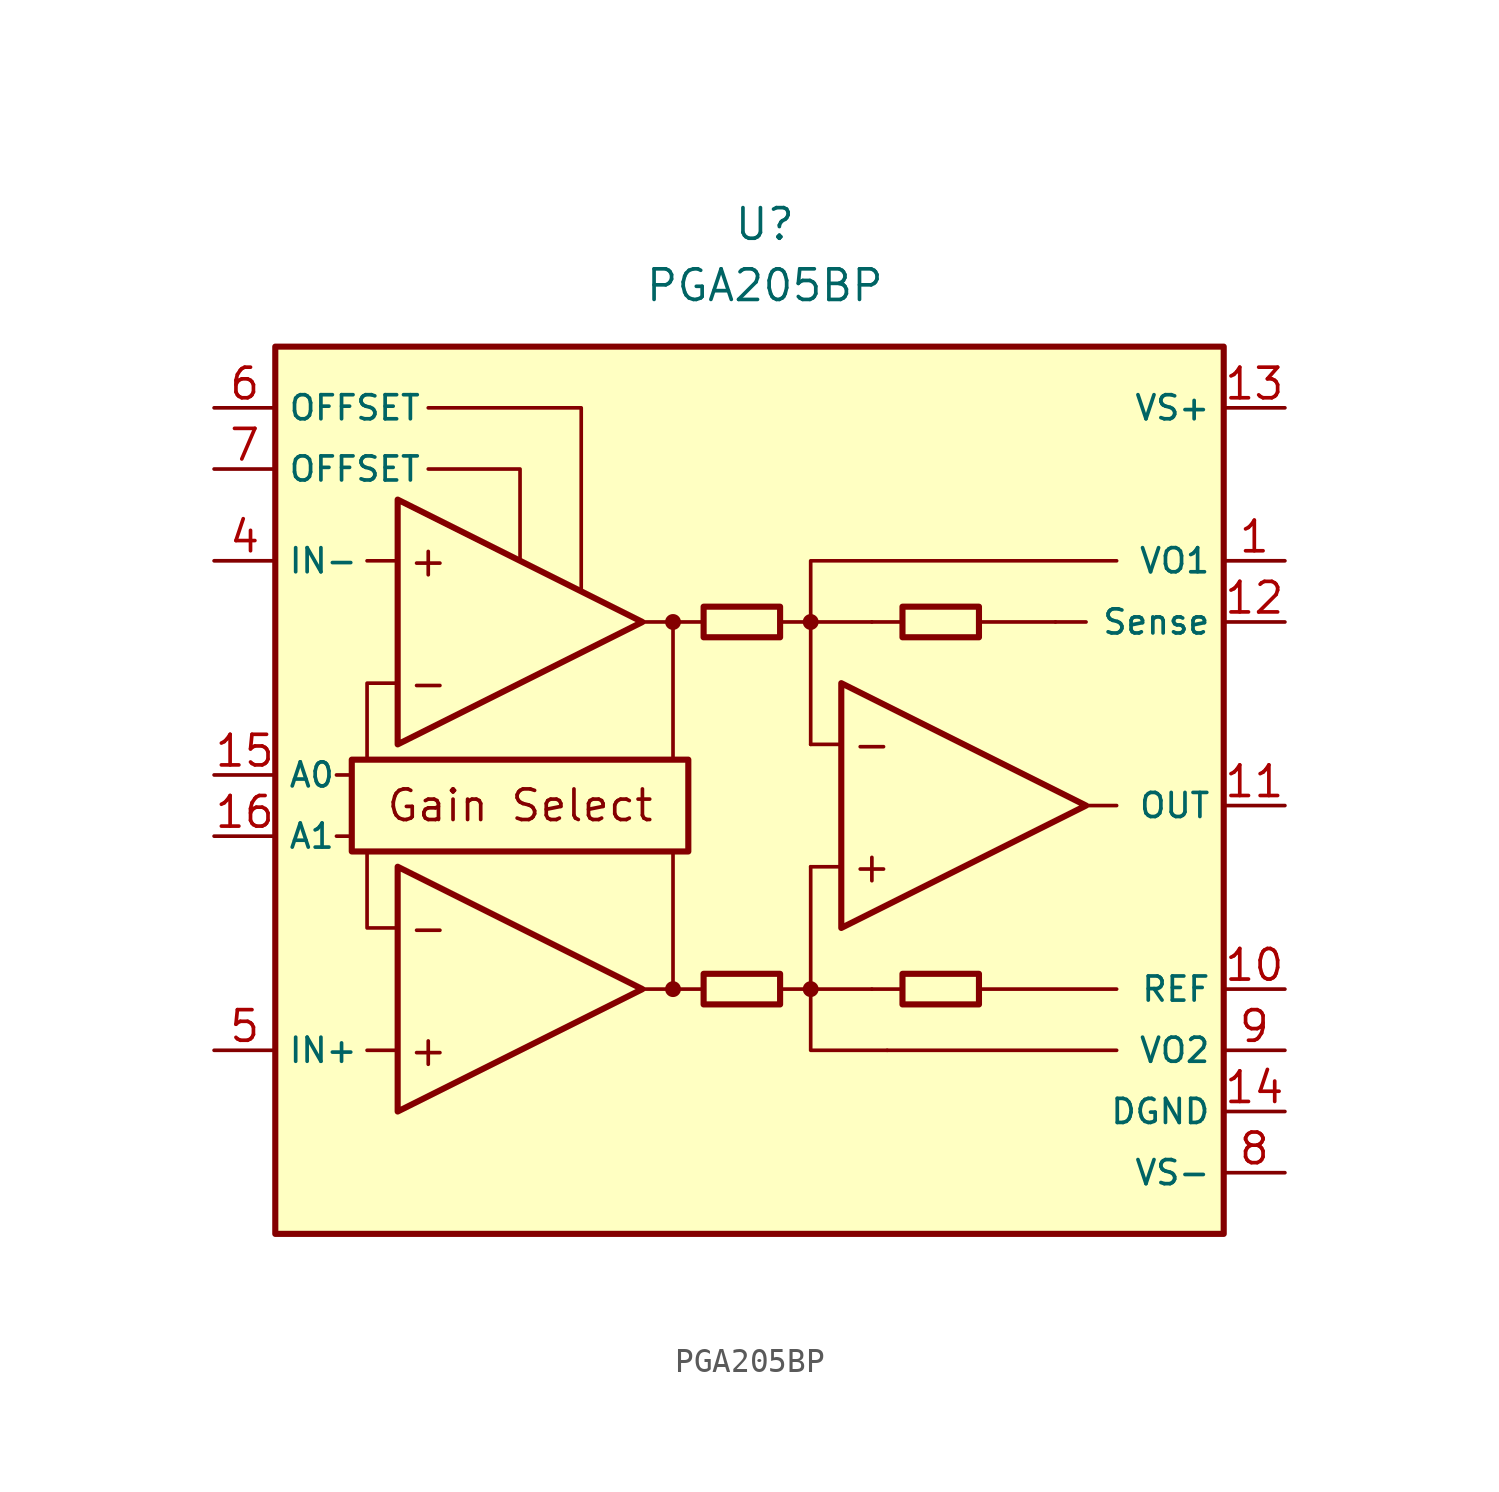
<source format=kicad_sym>
(kicad_symbol_lib
  (version 20211014)
  (generator kicad_symbol_editor)
  (symbol "PGA205BP"
    (property "Reference" "U"
      (at 0 22.86 0)
      (effects (font (size 1.27 1.27))))
    (property "Value" "PGA205BP"
      (at 0 20.32 0)
      (effects (font (size 1.27 1.27))))
    (symbol "PGA205BP_0_0"
      (rectangle (start -20.32 17.78) (end 19.05 -19.05) (stroke (width 0.254) (type default) (color 0 0 0 0)) (fill (type background)))
      (rectangle (start -17.145 0.635) (end -3.175 -3.175) (stroke (width 0.254) (type default) (color 0 0 0 0)) (fill (type none)))
      (circle (center -3.81 -8.89) (radius 0.254) (stroke (width 0.152) (type default) (color 0 0 0 0)) (fill (type outline)))
      (circle (center -3.81 6.35) (radius 0.254) (stroke (width 0.152) (type default) (color 0 0 0 0)) (fill (type outline)))
      (polyline (pts (xy -1.27 -8.89)) (stroke (width 0.152) (type default) (color 0 0 0 0)) (fill (type none)))
      (polyline (pts (xy -1.27 6.35)) (stroke (width 0.152) (type default) (color 0 0 0 0)) (fill (type none)))
      (polyline (pts (xy 5.715 6.35)) (stroke (width 0.152) (type default) (color 0 0 0 0)) (fill (type none)))
      (polyline (pts (xy -17.145 -2.54) (xy -17.78 -2.54)) (stroke (width 0.152) (type default) (color 0 0 0 0)) (fill (type none)))
      (polyline (pts (xy -17.145 0) (xy -17.78 0)) (stroke (width 0.152) (type default) (color 0 0 0 0)) (fill (type none)))
      (polyline (pts (xy -15.24 -11.43) (xy -16.51 -11.43)) (stroke (width 0.152) (type default) (color 0 0 0 0)) (fill (type none)))
      (polyline (pts (xy -15.24 8.89) (xy -16.51 8.89)) (stroke (width 0.152) (type default) (color 0 0 0 0)) (fill (type none)))
      (polyline (pts (xy -5.08 -8.89) (xy -2.54 -8.89)) (stroke (width 0.152) (type default) (color 0 0 0 0)) (fill (type none)))
      (polyline (pts (xy -5.08 6.35) (xy -2.54 6.35)) (stroke (width 0.152) (type default) (color 0 0 0 0)) (fill (type none)))
      (polyline (pts (xy -3.81 -8.89) (xy -3.81 -3.175)) (stroke (width 0.152) (type default) (color 0 0 0 0)) (fill (type none)))
      (polyline (pts (xy -3.81 0.635) (xy -3.81 6.35)) (stroke (width 0.152) (type default) (color 0 0 0 0)) (fill (type none)))
      (polyline (pts (xy 0.635 -8.89) (xy 1.905 -8.89)) (stroke (width 0.152) (type default) (color 0 0 0 0)) (fill (type none)))
      (polyline (pts (xy 0.635 6.35) (xy 1.905 6.35)) (stroke (width 0.152) (type default) (color 0 0 0 0)) (fill (type none)))
      (polyline (pts (xy 3.175 -3.81) (xy 1.905 -3.81)) (stroke (width 0.152) (type default) (color 0 0 0 0)) (fill (type none)))
      (polyline (pts (xy 3.175 1.27) (xy 1.905 1.27)) (stroke (width 0.152) (type default) (color 0 0 0 0)) (fill (type none)))
      (polyline (pts (xy 4.445 -8.89) (xy 1.905 -8.89)) (stroke (width 0.152) (type default) (color 0 0 0 0)) (fill (type none)))
      (polyline (pts (xy 4.445 -8.89) (xy 5.715 -8.89)) (stroke (width 0.152) (type default) (color 0 0 0 0)) (fill (type none)))
      (polyline (pts (xy 4.445 6.35) (xy 1.905 6.35)) (stroke (width 0.152) (type default) (color 0 0 0 0)) (fill (type none)))
      (polyline (pts (xy 4.445 6.35) (xy 5.715 6.35)) (stroke (width 0.152) (type default) (color 0 0 0 0)) (fill (type none)))
      (polyline (pts (xy 8.89 -8.89) (xy 14.605 -8.89)) (stroke (width 0.152) (type default) (color 0 0 0 0)) (fill (type none)))
      (polyline (pts (xy 8.89 6.35) (xy 12.065 6.35)) (stroke (width 0.152) (type default) (color 0 0 0 0)) (fill (type none)))
      (polyline (pts (xy 12.065 6.35) (xy 13.335 6.35)) (stroke (width 0.152) (type default) (color 0 0 0 0)) (fill (type none)))
      (polyline (pts (xy 13.335 -1.27) (xy 14.605 -1.27)) (stroke (width 0.152) (type default) (color 0 0 0 0)) (fill (type none)))
      (polyline (pts (xy 14.605 -11.43) (xy 5.08 -11.43)) (stroke (width 0.152) (type default) (color 0 0 0 0)) (fill (type none)))
      (polyline (pts (xy -16.51 -3.175) (xy -16.51 -6.35) (xy -15.24 -6.35)) (stroke (width 0.152) (type default) (color 0 0 0 0)) (fill (type none)))
      (polyline (pts (xy -15.24 3.81) (xy -16.51 3.81) (xy -16.51 0.635)) (stroke (width 0.152) (type default) (color 0 0 0 0)) (fill (type none)))
      (polyline (pts (xy -13.97 12.7) (xy -10.16 12.7) (xy -10.16 8.89)) (stroke (width 0.152) (type default) (color 0 0 0 0)) (fill (type none)))
      (polyline (pts (xy -7.62 7.62) (xy -7.62 15.24) (xy -13.97 15.24)) (stroke (width 0.152) (type default) (color 0 0 0 0)) (fill (type none)))
      (polyline (pts (xy 1.905 -3.81) (xy 1.905 -11.43) (xy 5.08 -11.43)) (stroke (width 0.152) (type default) (color 0 0 0 0)) (fill (type none)))
      (polyline (pts (xy 14.605 8.89) (xy 1.905 8.89) (xy 1.905 1.27)) (stroke (width 0.152) (type default) (color 0 0 0 0)) (fill (type none)))
      (circle (center 1.905 -8.89) (radius 0.254) (stroke (width 0.152) (type default) (color 0 0 0 0)) (fill (type outline)))
      (circle (center 1.905 6.35) (radius 0.254) (stroke (width 0.152) (type default) (color 0 0 0 0)) (fill (type outline)))
      (text "+" (at -13.97 -11.43 0) (effects (font (size 1.27 1.27))))
      (text "+" (at -13.97 8.89 0) (effects (font (size 1.27 1.27))))
      (text "+" (at 4.445 -3.81 0) (effects (font (size 1.27 1.27))))
      (text "-" (at -13.97 -6.35 0) (effects (font (size 1.27 1.27))))
      (text "-" (at -13.97 3.81 0) (effects (font (size 1.27 1.27))))
      (text "-" (at 4.445 1.27 0) (effects (font (size 1.27 1.27))))
      (text "Gain Select" (at -10.16 -1.27 0) (effects (font (size 1.27 1.27)))))
    (symbol "PGA205BP_0_1"
      (rectangle (start -2.54 -8.255) (end 0.635 -9.525) (stroke (width 0.254) (type default) (color 0 0 0 0)) (fill (type none)))
      (rectangle (start -2.54 6.985) (end 0.635 5.715) (stroke (width 0.254) (type default) (color 0 0 0 0)) (fill (type none)))
      (polyline (pts (xy -15.24 -3.81) (xy -15.24 -13.97) (xy -5.08 -8.89) (xy -15.24 -3.81)) (stroke (width 0.254) (type default) (color 0 0 0 0)) (fill (type background)))
      (polyline (pts (xy -15.24 11.43) (xy -15.24 1.27) (xy -5.08 6.35) (xy -15.24 11.43)) (stroke (width 0.254) (type default) (color 0 0 0 0)) (fill (type background)))
      (polyline (pts (xy 3.175 3.81) (xy 3.175 -6.35) (xy 13.335 -1.27) (xy 3.175 3.81)) (stroke (width 0.254) (type default) (color 0 0 0 0)) (fill (type background)))
      (rectangle (start 5.715 -8.255) (end 8.89 -9.525) (stroke (width 0.254) (type default) (color 0 0 0 0)) (fill (type none)))
      (rectangle (start 5.715 6.985) (end 8.89 5.715) (stroke (width 0.254) (type default) (color 0 0 0 0)) (fill (type none))))
    (symbol "PGA205BP_1_1"
      (pin passive line (at 21.59 8.89 180) (length 2.54) (name "VO1" (effects (font (size 1 1)))) (number "1" (effects (font (size 1.27 1.27)))))
      (pin passive line (at 21.59 -8.89 180) (length 2.54) (name "REF" (effects (font (size 1 1)))) (number "10" (effects (font (size 1.27 1.27)))))
      (pin output line (at 21.59 -1.27 180) (length 2.54) (name "OUT" (effects (font (size 1 1)))) (number "11" (effects (font (size 1.27 1.27)))))
      (pin passive line (at 21.59 6.35 180) (length 2.54) (name "Sense" (effects (font (size 1 1)))) (number "12" (effects (font (size 1.27 1.27)))))
      (pin power_in line (at 21.59 15.24 180) (length 2.54) (name "VS+" (effects (font (size 1 1)))) (number "13" (effects (font (size 1.27 1.27)))))
      (pin power_in line (at 21.59 -13.97 180) (length 2.54) (name "DGND" (effects (font (size 1 1)))) (number "14" (effects (font (size 1.27 1.27)))))
      (pin input line (at -22.86 0 0) (length 2.54) (name "A0" (effects (font (size 1 1)))) (number "15" (effects (font (size 1.27 1.27)))))
      (pin input line (at -22.86 -2.54 0) (length 2.54) (name "A1" (effects (font (size 1 1)))) (number "16" (effects (font (size 1.27 1.27)))))
      (pin no_connect line (at -1.27 -12.7 0) (length 2.54) hide (name "NC" (effects (font (size 1.27 1.27)))) (number "2" (effects (font (size 1.27 1.27)))))
      (pin no_connect line (at -1.27 -15.24 0) (length 2.54) hide (name "NC" (effects (font (size 1.27 1.27)))) (number "3" (effects (font (size 1.27 1.27)))))
      (pin input line (at -22.86 8.89 0) (length 2.54) (name "IN-" (effects (font (size 1 1)))) (number "4" (effects (font (size 1.27 1.27)))))
      (pin input line (at -22.86 -11.43 0) (length 2.54) (name "IN+" (effects (font (size 1 1)))) (number "5" (effects (font (size 1.27 1.27)))))
      (pin passive line (at -22.86 15.24 0) (length 2.54) (name "OFFSET" (effects (font (size 1 1)))) (number "6" (effects (font (size 1.27 1.27)))))
      (pin passive line (at -22.86 12.7 0) (length 2.54) (name "OFFSET" (effects (font (size 1 1)))) (number "7" (effects (font (size 1.27 1.27)))))
      (pin power_in line (at 21.59 -16.51 180) (length 2.54) (name "VS-" (effects (font (size 1 1)))) (number "8" (effects (font (size 1.27 1.27)))))
      (pin passive line (at 21.59 -11.43 180) (length 2.54) (name "VO2" (effects (font (size 1 1)))) (number "9" (effects (font (size 1.27 1.27))))))))
</source>
